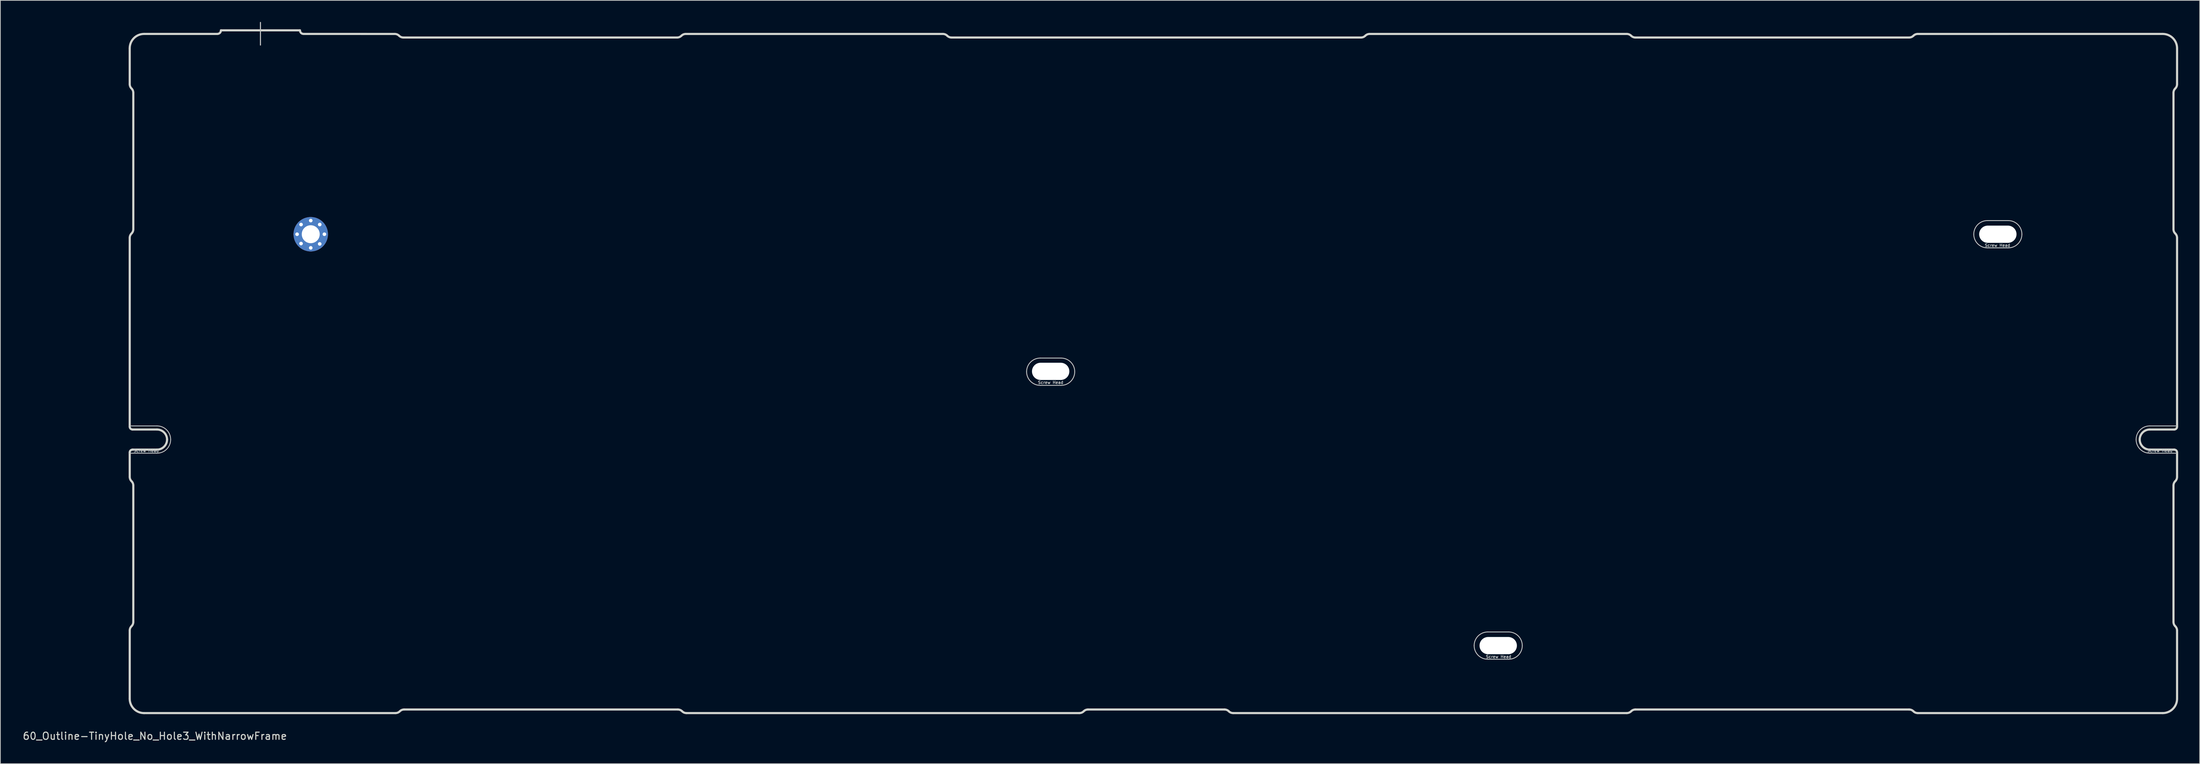
<source format=kicad_pcb>
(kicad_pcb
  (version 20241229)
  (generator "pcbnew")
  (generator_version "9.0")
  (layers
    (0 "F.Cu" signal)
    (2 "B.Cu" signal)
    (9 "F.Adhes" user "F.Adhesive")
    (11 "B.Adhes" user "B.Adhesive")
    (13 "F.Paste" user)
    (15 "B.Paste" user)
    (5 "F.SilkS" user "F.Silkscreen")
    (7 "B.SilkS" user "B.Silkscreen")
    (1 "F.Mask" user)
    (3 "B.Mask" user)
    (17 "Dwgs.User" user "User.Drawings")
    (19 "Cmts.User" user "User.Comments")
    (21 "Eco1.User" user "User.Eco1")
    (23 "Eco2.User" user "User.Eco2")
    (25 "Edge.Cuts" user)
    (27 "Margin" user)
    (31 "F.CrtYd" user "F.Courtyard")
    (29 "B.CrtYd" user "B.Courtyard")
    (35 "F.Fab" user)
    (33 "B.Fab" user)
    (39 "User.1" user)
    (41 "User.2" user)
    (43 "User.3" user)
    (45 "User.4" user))
  (footprint "60_Outline-TinyHole_No_Hole3_WithNarrowFrame"
    (layer "F.Cu")
    (at 157.506 48.975)
    (property "Reference" "60_Outline-TinyHole_No_Hole3_WithNarrowFrame" (at -139 50.5 0) (layer "Edge.Cuts") (effects (font (size 1 1) (thickness 0.15))))
    (attr through_hole)
    (fp_line (start -142.5 7.3) (end -138.7 7.3) (stroke (width 0.12) (type solid)) (layer "Dwgs.User"))
    (fp_line (start -142.5 11.1) (end -138.7 11.1) (stroke (width 0.12) (type solid)) (layer "Dwgs.User"))
    (fp_line (start -124.3 -48.9) (end -124.3 -45.75) (stroke (width 0.15) (type solid)) (layer "Dwgs.User"))
    (fp_line (start -15.75 -2.15) (end -12.85 -2.15) (stroke (width 0.12) (type solid)) (layer "Dwgs.User"))
    (fp_line (start -15.75 1.65) (end -12.85 1.65) (stroke (width 0.12) (type solid)) (layer "Dwgs.User"))
    (fp_line (start 46.55 36) (end 49.45 36) (stroke (width 0.12) (type solid)) (layer "Dwgs.User"))
    (fp_line (start 46.55 39.8) (end 49.45 39.8) (stroke (width 0.12) (type solid)) (layer "Dwgs.User"))
    (fp_line (start 116.1 -21.3) (end 119 -21.3) (stroke (width 0.12) (type solid)) (layer "Dwgs.User"))
    (fp_line (start 116.1 -17.5) (end 119 -17.5) (stroke (width 0.12) (type solid)) (layer "Dwgs.User"))
    (fp_line (start 138.7 7.3) (end 142.5 7.3) (stroke (width 0.12) (type solid)) (layer "Dwgs.User"))
    (fp_line (start 138.7 11.1) (end 142.5 11.1) (stroke (width 0.12) (type solid)) (layer "Dwgs.User"))
    (fp_arc (start -138.7 7.3) (mid -137.356497 7.856497) (end -136.8 9.2) (stroke (width 0.12) (type solid)) (layer "Dwgs.User"))
    (fp_arc (start -136.8 9.2) (mid -137.356497 10.543503) (end -138.7 11.1) (stroke (width 0.12) (type solid)) (layer "Dwgs.User"))
    (fp_arc (start -17.65 -0.25) (mid -17.093503 -1.593503) (end -15.75 -2.15) (stroke (width 0.12) (type solid)) (layer "Dwgs.User"))
    (fp_arc (start -15.75 1.65) (mid -17.093503 1.093503) (end -17.65 -0.25) (stroke (width 0.12) (type solid)) (layer "Dwgs.User"))
    (fp_arc (start -12.85 -2.15) (mid -11.506497 -1.593503) (end -10.95 -0.25) (stroke (width 0.12) (type solid)) (layer "Dwgs.User"))
    (fp_arc (start -10.95 -0.25) (mid -11.506497 1.093503) (end -12.85 1.65) (stroke (width 0.12) (type solid)) (layer "Dwgs.User"))
    (fp_arc (start 44.65 37.9) (mid 45.206497 36.556497) (end 46.55 36) (stroke (width 0.12) (type solid)) (layer "Dwgs.User"))
    (fp_arc (start 46.55 39.8) (mid 45.206497 39.243503) (end 44.65 37.9) (stroke (width 0.12) (type solid)) (layer "Dwgs.User"))
    (fp_arc (start 49.45 36) (mid 50.793503 36.556497) (end 51.35 37.9) (stroke (width 0.12) (type solid)) (layer "Dwgs.User"))
    (fp_arc (start 51.35 37.9) (mid 50.793503 39.243503) (end 49.45 39.8) (stroke (width 0.12) (type solid)) (layer "Dwgs.User"))
    (fp_arc (start 114.2 -19.4) (mid 114.756497 -20.743503) (end 116.1 -21.3) (stroke (width 0.12) (type solid)) (layer "Dwgs.User"))
    (fp_arc (start 116.1 -17.5) (mid 114.756497 -18.056497) (end 114.2 -19.4) (stroke (width 0.12) (type solid)) (layer "Dwgs.User"))
    (fp_arc (start 119 -21.3) (mid 120.343503 -20.743503) (end 120.9 -19.4) (stroke (width 0.12) (type solid)) (layer "Dwgs.User"))
    (fp_arc (start 120.9 -19.4) (mid 120.343503 -18.056497) (end 119 -17.5) (stroke (width 0.12) (type solid)) (layer "Dwgs.User"))
    (fp_arc (start 136.8 9.2) (mid 137.356497 7.856497) (end 138.7 7.3) (stroke (width 0.12) (type solid)) (layer "Dwgs.User"))
    (fp_arc (start 138.7 11.1) (mid 137.356497 10.543503) (end 136.8 9.2) (stroke (width 0.12) (type solid)) (layer "Dwgs.User"))
    (fp_line (start -142.5 7.4) (end -142.498 -18.898) (stroke (width 0.3) (type solid)) (layer "Edge.Cuts"))
    (fp_line (start -142.5 45.3) (end -142.498 35.802) (stroke (width 0.3) (type solid)) (layer "Edge.Cuts"))
    (fp_line (start -142.498 -40.302) (end -142.5 -45.3) (stroke (width 0.3) (type solid)) (layer "Edge.Cuts"))
    (fp_line (start -142.498 14.398) (end -142.5 11) (stroke (width 0.3) (type solid)) (layer "Edge.Cuts"))
    (fp_line (start -142.1 10.6) (end -138.7 10.6) (stroke (width 0.3) (type solid)) (layer "Edge.Cuts"))
    (fp_line (start -142 -39.1) (end -142 -20.1) (stroke (width 0.3) (type solid)) (layer "Edge.Cuts"))
    (fp_line (start -142 15.6) (end -142 34.6) (stroke (width 0.3) (type solid)) (layer "Edge.Cuts"))
    (fp_line (start -140.5 -47.3) (end -130.3 -47.3) (stroke (width 0.3) (type solid)) (layer "Edge.Cuts"))
    (fp_line (start -138.7 7.8) (end -142.1 7.8) (stroke (width 0.3) (type solid)) (layer "Edge.Cuts"))
    (fp_line (start -129.8 -47.8) (end -118.8 -47.8) (stroke (width 0.3) (type solid)) (layer "Edge.Cuts"))
    (fp_line (start -105.602 -47.298) (end -118.3 -47.3) (stroke (width 0.3) (type solid)) (layer "Edge.Cuts"))
    (fp_line (start -105.502 47.298) (end -140.5 47.3) (stroke (width 0.3) (type solid)) (layer "Edge.Cuts"))
    (fp_line (start -66.3 -46.8) (end -104.4 -46.8) (stroke (width 0.3) (type solid)) (layer "Edge.Cuts"))
    (fp_line (start -66.2 46.8) (end -104.3 46.8) (stroke (width 0.3) (type solid)) (layer "Edge.Cuts"))
    (fp_line (start -29.302 -47.298) (end -65.098 -47.298) (stroke (width 0.3) (type solid)) (layer "Edge.Cuts"))
    (fp_line (start -10.302 47.298) (end -64.998 47.298) (stroke (width 0.3) (type solid)) (layer "Edge.Cuts"))
    (fp_line (start 9.9 46.8) (end -9.1 46.8) (stroke (width 0.3) (type solid)) (layer "Edge.Cuts"))
    (fp_line (start 28.9 -46.8) (end -28.1 -46.8) (stroke (width 0.3) (type solid)) (layer "Edge.Cuts"))
    (fp_line (start 65.898 -47.298) (end 30.102 -47.298) (stroke (width 0.3) (type solid)) (layer "Edge.Cuts"))
    (fp_line (start 65.898 47.298) (end 11.102 47.298) (stroke (width 0.3) (type solid)) (layer "Edge.Cuts"))
    (fp_line (start 105.2 -46.8) (end 67.1 -46.8) (stroke (width 0.3) (type solid)) (layer "Edge.Cuts"))
    (fp_line (start 105.2 46.8) (end 67.1 46.8) (stroke (width 0.3) (type solid)) (layer "Edge.Cuts"))
    (fp_line (start 138.7 7.8) (end 142.1 7.8) (stroke (width 0.3) (type solid)) (layer "Edge.Cuts"))
    (fp_line (start 138.7 10.6) (end 142.1 10.6) (stroke (width 0.3) (type solid)) (layer "Edge.Cuts"))
    (fp_line (start 140.5 -47.3) (end 106.402 -47.298) (stroke (width 0.3) (type solid)) (layer "Edge.Cuts"))
    (fp_line (start 140.5 47.3) (end 106.402 47.298) (stroke (width 0.3) (type solid)) (layer "Edge.Cuts"))
    (fp_line (start 142 -39.1) (end 142 -20.1) (stroke (width 0.3) (type solid)) (layer "Edge.Cuts"))
    (fp_line (start 142 15.6) (end 142 34.6) (stroke (width 0.3) (type solid)) (layer "Edge.Cuts"))
    (fp_line (start 142.498 -40.302) (end 142.5 -45.3) (stroke (width 0.3) (type solid)) (layer "Edge.Cuts"))
    (fp_line (start 142.498 14.398) (end 142.5 11) (stroke (width 0.3) (type solid)) (layer "Edge.Cuts"))
    (fp_line (start 142.5 7.4) (end 142.498 -18.898) (stroke (width 0.3) (type solid)) (layer "Edge.Cuts"))
    (fp_line (start 142.5 45.3) (end 142.498 35.802) (stroke (width 0.3) (type solid)) (layer "Edge.Cuts"))
    (fp_arc (start -142.5 -45.3) (mid -141.914214 -46.714214) (end -140.5 -47.3) (stroke (width 0.3) (type solid)) (layer "Edge.Cuts"))
    (fp_arc (start -142.5 11) (mid -142.382843 10.717157) (end -142.1 10.6) (stroke (width 0.3) (type solid)) (layer "Edge.Cuts"))
    (fp_arc (start -142.497918 -18.897918) (mid -142.433216 -19.223199) (end -142.248959 -19.498959) (stroke (width 0.3) (type solid)) (layer "Edge.Cuts"))
    (fp_arc (start -142.497918 35.802082) (mid -142.433216 35.476801) (end -142.248959 35.201041) (stroke (width 0.3) (type solid)) (layer "Edge.Cuts"))
    (fp_arc (start -142.248959 -39.701041) (mid -142.433216 -39.976801) (end -142.497918 -40.302082) (stroke (width 0.3) (type solid)) (layer "Edge.Cuts"))
    (fp_arc (start -142.248959 -39.701041) (mid -142.064702 -39.425281) (end -142 -39.1) (stroke (width 0.3) (type solid)) (layer "Edge.Cuts"))
    (fp_arc (start -142.248959 14.998959) (mid -142.433216 14.723199) (end -142.497918 14.397918) (stroke (width 0.3) (type solid)) (layer "Edge.Cuts"))
    (fp_arc (start -142.248959 14.998959) (mid -142.064702 15.274719) (end -142 15.6) (stroke (width 0.3) (type solid)) (layer "Edge.Cuts"))
    (fp_arc (start -142.1 7.8) (mid -142.382843 7.682843) (end -142.5 7.4) (stroke (width 0.3) (type solid)) (layer "Edge.Cuts"))
    (fp_arc (start -142 -20.1) (mid -142.064702 -19.774719) (end -142.248959 -19.498959) (stroke (width 0.3) (type solid)) (layer "Edge.Cuts"))
    (fp_arc (start -142 34.6) (mid -142.064702 34.925281) (end -142.248959 35.201041) (stroke (width 0.3) (type solid)) (layer "Edge.Cuts"))
    (fp_arc (start -140.5 47.3) (mid -141.914214 46.714214) (end -142.5 45.3) (stroke (width 0.3) (type solid)) (layer "Edge.Cuts"))
    (fp_arc (start -138.7 7.8) (mid -137.710051 8.210051) (end -137.3 9.2) (stroke (width 0.3) (type solid)) (layer "Edge.Cuts"))
    (fp_arc (start -137.3 9.2) (mid -137.710051 10.189949) (end -138.7 10.6) (stroke (width 0.3) (type solid)) (layer "Edge.Cuts"))
    (fp_arc (start -129.8 -47.8) (mid -129.946447 -47.446447) (end -130.3 -47.3) (stroke (width 0.3) (type solid)) (layer "Edge.Cuts"))
    (fp_arc (start -118.3 -47.3) (mid -118.653553 -47.446447) (end -118.8 -47.8) (stroke (width 0.3) (type solid)) (layer "Edge.Cuts"))
    (fp_arc (start -105.602082 -47.297918) (mid -105.276801 -47.233216) (end -105.001041 -47.048959) (stroke (width 0.3) (type solid)) (layer "Edge.Cuts"))
    (fp_arc (start -104.901041 47.048959) (mid -105.176801 47.233216) (end -105.502082 47.297918) (stroke (width 0.3) (type solid)) (layer "Edge.Cuts"))
    (fp_arc (start -104.901041 47.048959) (mid -104.625281 46.864702) (end -104.3 46.8) (stroke (width 0.3) (type solid)) (layer "Edge.Cuts"))
    (fp_arc (start -104.4 -46.8) (mid -104.725281 -46.864702) (end -105.001041 -47.048959) (stroke (width 0.3) (type solid)) (layer "Edge.Cuts"))
    (fp_arc (start -66.2 46.8) (mid -65.874719 46.864702) (end -65.598959 47.048959) (stroke (width 0.3) (type solid)) (layer "Edge.Cuts"))
    (fp_arc (start -65.698959 -47.048959) (mid -65.974719 -46.864702) (end -66.3 -46.8) (stroke (width 0.3) (type solid)) (layer "Edge.Cuts"))
    (fp_arc (start -65.698959 -47.048959) (mid -65.423199 -47.233216) (end -65.097918 -47.297918) (stroke (width 0.3) (type solid)) (layer "Edge.Cuts"))
    (fp_arc (start -64.997918 47.297918) (mid -65.323199 47.233216) (end -65.598959 47.048959) (stroke (width 0.3) (type solid)) (layer "Edge.Cuts"))
    (fp_arc (start -29.302082 -47.297918) (mid -28.976801 -47.233216) (end -28.701041 -47.048959) (stroke (width 0.3) (type solid)) (layer "Edge.Cuts"))
    (fp_arc (start -28.1 -46.8) (mid -28.425281 -46.864702) (end -28.701041 -47.048959) (stroke (width 0.3) (type solid)) (layer "Edge.Cuts"))
    (fp_arc (start -9.701041 47.048959) (mid -9.976801 47.233216) (end -10.302082 47.297918) (stroke (width 0.3) (type solid)) (layer "Edge.Cuts"))
    (fp_arc (start -9.701041 47.048959) (mid -9.425281 46.864702) (end -9.1 46.8) (stroke (width 0.3) (type solid)) (layer "Edge.Cuts"))
    (fp_arc (start 9.9 46.8) (mid 10.225281 46.864702) (end 10.501041 47.048959) (stroke (width 0.3) (type solid)) (layer "Edge.Cuts"))
    (fp_arc (start 11.102082 47.297918) (mid 10.776801 47.233216) (end 10.501041 47.048959) (stroke (width 0.3) (type solid)) (layer "Edge.Cuts"))
    (fp_arc (start 29.501041 -47.048959) (mid 29.225281 -46.864702) (end 28.9 -46.8) (stroke (width 0.3) (type solid)) (layer "Edge.Cuts"))
    (fp_arc (start 29.501041 -47.048959) (mid 29.776801 -47.233216) (end 30.102082 -47.297918) (stroke (width 0.3) (type solid)) (layer "Edge.Cuts"))
    (fp_arc (start 65.897918 -47.297918) (mid 66.223199 -47.233216) (end 66.498959 -47.048959) (stroke (width 0.3) (type solid)) (layer "Edge.Cuts"))
    (fp_arc (start 66.498959 47.048959) (mid 66.223199 47.233216) (end 65.897918 47.297918) (stroke (width 0.3) (type solid)) (layer "Edge.Cuts"))
    (fp_arc (start 66.498959 47.048959) (mid 66.774719 46.864702) (end 67.1 46.8) (stroke (width 0.3) (type solid)) (layer "Edge.Cuts"))
    (fp_arc (start 67.1 -46.8) (mid 66.774719 -46.864702) (end 66.498959 -47.048959) (stroke (width 0.3) (type solid)) (layer "Edge.Cuts"))
    (fp_arc (start 105.2 46.8) (mid 105.525281 46.864702) (end 105.801041 47.048959) (stroke (width 0.3) (type solid)) (layer "Edge.Cuts"))
    (fp_arc (start 105.801041 -47.048959) (mid 105.525281 -46.864702) (end 105.2 -46.8) (stroke (width 0.3) (type solid)) (layer "Edge.Cuts"))
    (fp_arc (start 105.801041 -47.048959) (mid 106.076801 -47.233216) (end 106.402082 -47.297918) (stroke (width 0.3) (type solid)) (layer "Edge.Cuts"))
    (fp_arc (start 106.402082 47.297918) (mid 106.076801 47.233216) (end 105.801041 47.048959) (stroke (width 0.3) (type solid)) (layer "Edge.Cuts"))
    (fp_arc (start 137.3 9.2) (mid 137.710051 8.210051) (end 138.7 7.8) (stroke (width 0.3) (type solid)) (layer "Edge.Cuts"))
    (fp_arc (start 138.7 10.6) (mid 137.710051 10.189949) (end 137.3 9.2) (stroke (width 0.3) (type solid)) (layer "Edge.Cuts"))
    (fp_arc (start 140.5 -47.3) (mid 141.914214 -46.714214) (end 142.5 -45.3) (stroke (width 0.3) (type solid)) (layer "Edge.Cuts"))
    (fp_arc (start 142 -39.1) (mid 142.064702 -39.425281) (end 142.248959 -39.701041) (stroke (width 0.3) (type solid)) (layer "Edge.Cuts"))
    (fp_arc (start 142 15.6) (mid 142.064702 15.274719) (end 142.248959 14.998959) (stroke (width 0.3) (type solid)) (layer "Edge.Cuts"))
    (fp_arc (start 142.1 10.6) (mid 142.382843 10.717157) (end 142.5 11) (stroke (width 0.3) (type solid)) (layer "Edge.Cuts"))
    (fp_arc (start 142.248959 -19.498959) (mid 142.064702 -19.774719) (end 142 -20.1) (stroke (width 0.3) (type solid)) (layer "Edge.Cuts"))
    (fp_arc (start 142.248959 -19.498959) (mid 142.433216 -19.223199) (end 142.497918 -18.897918) (stroke (width 0.3) (type solid)) (layer "Edge.Cuts"))
    (fp_arc (start 142.248959 35.201041) (mid 142.064702 34.925281) (end 142 34.6) (stroke (width 0.3) (type solid)) (layer "Edge.Cuts"))
    (fp_arc (start 142.248959 35.201041) (mid 142.433216 35.476801) (end 142.497918 35.802082) (stroke (width 0.3) (type solid)) (layer "Edge.Cuts"))
    (fp_arc (start 142.497918 -40.302082) (mid 142.433216 -39.976801) (end 142.248959 -39.701041) (stroke (width 0.3) (type solid)) (layer "Edge.Cuts"))
    (fp_arc (start 142.497918 14.397918) (mid 142.433216 14.723199) (end 142.248959 14.998959) (stroke (width 0.3) (type solid)) (layer "Edge.Cuts"))
    (fp_arc (start 142.5 7.4) (mid 142.382843 7.682843) (end 142.1 7.8) (stroke (width 0.3) (type solid)) (layer "Edge.Cuts"))
    (fp_arc (start 142.5 45.3) (mid 141.914214 46.714214) (end 140.5 47.3) (stroke (width 0.3) (type solid)) (layer "Edge.Cuts"))
    (fp_text user "Screw Head" (at 117.5 -17.85 0) (layer "Dwgs.User") (effects (font (size 0.4 0.4) (thickness 0.08))))
    (fp_text user "Screw Head" (at -140.2 10.75 0) (layer "Dwgs.User") (effects (font (size 0.4 0.4) (thickness 0.08))))
    (fp_text user "Screw Head" (at -14.3 1.25 0) (layer "Dwgs.User") (effects (font (size 0.4 0.4) (thickness 0.08))))
    (fp_text user "Screw Head" (at 48.05 39.45 0) (layer "Dwgs.User") (effects (font (size 0.4 0.4) (thickness 0.08))))
    (fp_text user "Screw Head" (at 140.1 10.75 0) (layer "Dwgs.User") (effects (font (size 0.4 0.4) (thickness 0.08))))
    (pad "" np_thru_hole oval (at -14.3 -0.3) (size 5.2 2.4) (drill oval 5.2 2.4) (layers "*.Cu" "*.Mask"))
    (pad "" np_thru_hole oval (at 48 37.9) (size 5.2 2.4) (drill oval 5.2 2.4) (layers "*.Cu" "*.Mask"))
    (pad "" np_thru_hole oval (at 117.55 -19.4) (size 5.2 2.4) (drill oval 5.2 2.4) (layers "*.Cu" "*.Mask"))
    (pad "1" thru_hole circle (at -119.2 -19.4) (size 1 1) (drill 0.5) (layers "*.Cu" "*.Mask"))
    (pad "1" thru_hole circle (at -118.65 -20.75) (size 1 1) (drill 0.5) (layers "*.Cu" "*.Mask"))
    (pad "1" thru_hole circle (at -118.65 -18.1) (size 1 1) (drill 0.5) (layers "*.Cu" "*.Mask"))
    (pad "1" thru_hole circle (at -117.3 -21.3) (size 1 1) (drill 0.5) (layers "*.Cu" "*.Mask"))
    (pad "1" thru_hole circle (at -117.3 -19.4) (size 4.8 4.8) (drill 2.499) (layers "*.Cu" "*.Mask"))
    (pad "1" thru_hole circle (at -117.3 -17.5) (size 1 1) (drill 0.5) (layers "*.Cu" "*.Mask"))
    (pad "1" thru_hole circle (at -116.05 -20.75) (size 1 1) (drill 0.5) (layers "*.Cu" "*.Mask"))
    (pad "1" thru_hole circle (at -116.05 -18.05) (size 1 1) (drill 0.5) (layers "*.Cu" "*.Mask"))
    (pad "1" thru_hole circle (at -115.4 -19.4) (size 1 1) (drill 0.5) (layers "*.Cu" "*.Mask")))
  (gr_rect
    (start -3 -3)
    (end 303.156 103.323)
    (stroke (width 0.1) (type default))
    (fill no)
    (layer "Edge.Cuts")))
</source>
